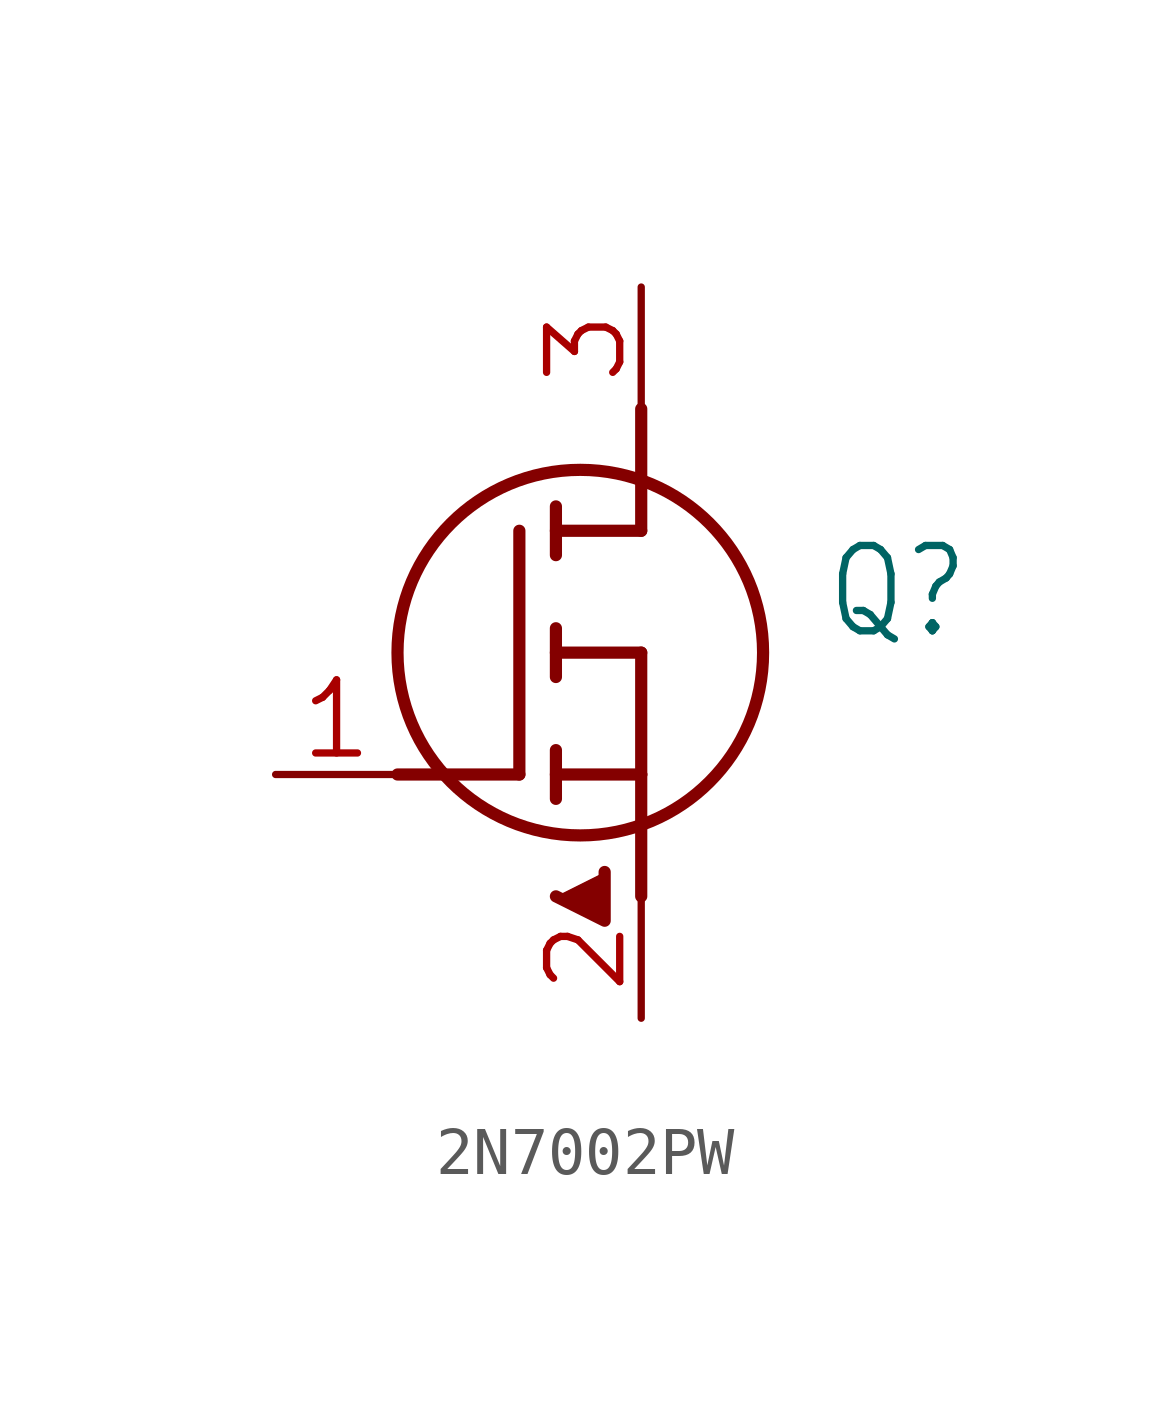
<source format=kicad_sym>
(kicad_symbol_lib
  (version 20241209)
  (generator "kicad_symbol_editor")
  (generator_version "9.0")
  (symbol "2N7002PW"
    (property "Reference" "Q"
      (at 11.43 3.81 0)
      (effects (font (size 1.778 1.511)) (justify left)))
    (property "Value" ""
      (at 11.43 1.27 0)
      (effects (font (size 1.778 1.511)) (justify left)))
    (property "ki_locked" ""
      (at 0 0 0)
      (effects (font (size 1.27 1.27))))
    (symbol "2N7002PW_1_0"
      (polyline (pts (xy 2.54 0) (xy 5.08 0)) (stroke (width 0.254) (type solid)) (fill (type none)))
      (polyline (pts (xy 5.08 5.08) (xy 5.08 0)) (stroke (width 0.254) (type solid)) (fill (type none)))
      (polyline (pts (xy 5.842 5.588) (xy 5.842 4.572)) (stroke (width 0.254) (type solid)) (fill (type none)))
      (polyline (pts (xy 5.842 2.032) (xy 5.842 3.048)) (stroke (width 0.254) (type solid)) (fill (type none)))
      (polyline (pts (xy 5.842 0) (xy 7.62 0)) (stroke (width 0.254) (type solid)) (fill (type none)))
      (polyline (pts (xy 5.842 -0.508) (xy 5.842 0.508)) (stroke (width 0.254) (type solid)) (fill (type none)))
      (polyline (pts (xy 5.842 -2.54) (xy 6.858 -3.048) (xy 6.858 -2.032)) (stroke (width 0.254) (type solid)) (fill (type outline)))
      (circle (center 6.35 2.54) (radius 3.81) (stroke (width 0.254) (type solid)) (fill (type none)))
      (polyline (pts (xy 7.62 5.08) (xy 5.842 5.08)) (stroke (width 0.254) (type solid)) (fill (type none)))
      (polyline (pts (xy 7.62 5.08) (xy 7.62 7.62)) (stroke (width 0.254) (type solid)) (fill (type none)))
      (polyline (pts (xy 7.62 2.54) (xy 5.842 2.54)) (stroke (width 0.254) (type solid)) (fill (type none)))
      (polyline (pts (xy 7.62 2.54) (xy 7.62 0)) (stroke (width 0.254) (type solid)) (fill (type none)))
      (polyline (pts (xy 7.62 0) (xy 7.62 -2.54)) (stroke (width 0.254) (type solid)) (fill (type none)))
      (pin bidirectional line (at 0 0 0) (length 2.54) (name "G" (effects (font (size 0 0)))) (number "1" (effects (font (size 1.524 1.524)))))
      (pin bidirectional line (at 7.62 10.16 270) (length 2.54) (name "D" (effects (font (size 0 0)))) (number "3" (effects (font (size 1.524 1.524)))))
      (pin bidirectional line (at 7.62 -5.08 90) (length 2.54) (name "S" (effects (font (size 0 0)))) (number "2" (effects (font (size 1.524 1.524))))))))
</source>
